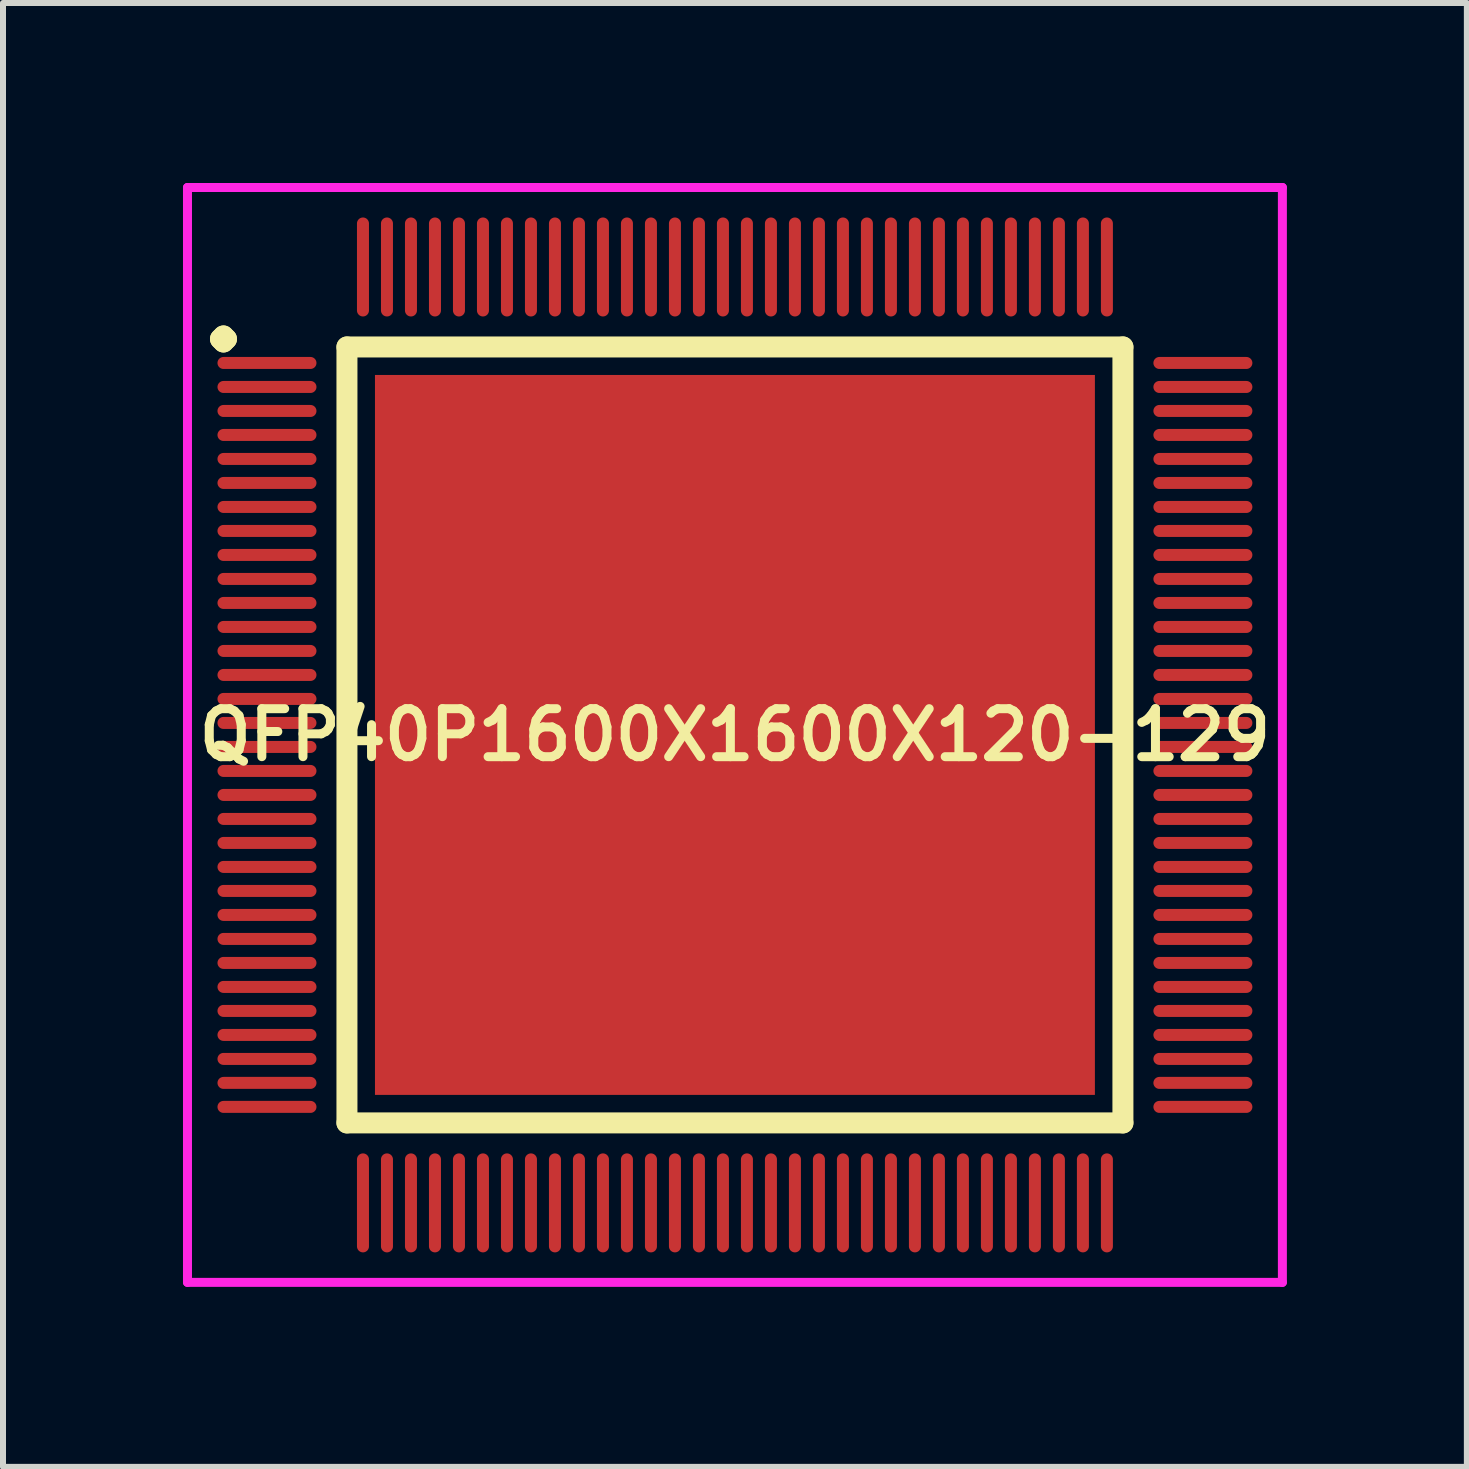
<source format=kicad_pcb>
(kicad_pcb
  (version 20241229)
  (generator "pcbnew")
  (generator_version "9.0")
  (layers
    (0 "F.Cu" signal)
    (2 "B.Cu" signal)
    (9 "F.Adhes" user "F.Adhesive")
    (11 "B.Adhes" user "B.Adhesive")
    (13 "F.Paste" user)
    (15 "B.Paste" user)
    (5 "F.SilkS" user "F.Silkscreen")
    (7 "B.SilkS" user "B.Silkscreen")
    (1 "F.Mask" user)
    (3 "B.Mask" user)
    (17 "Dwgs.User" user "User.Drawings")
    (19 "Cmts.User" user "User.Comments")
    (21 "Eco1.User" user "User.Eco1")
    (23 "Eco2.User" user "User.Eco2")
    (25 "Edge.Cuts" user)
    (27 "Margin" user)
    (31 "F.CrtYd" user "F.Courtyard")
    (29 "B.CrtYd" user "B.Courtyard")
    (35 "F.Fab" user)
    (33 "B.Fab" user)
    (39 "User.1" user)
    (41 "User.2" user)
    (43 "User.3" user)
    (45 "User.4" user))
  (footprint "QFP40P1600X1600X120-129"
    (layer "F.Cu")
    (at 9.2 9.2)
    (property "Reference" "QFP40P1600X1600X120-129" (at 0 0 0) (layer "F.SilkS") (effects (font (size 0.8 0.8) (thickness 0.15))))
    (attr smd)
    (fp_line (start -8.575 -6.6) (end -8.525 -6.65) (stroke (width 0.35) (type solid)) (layer "F.SilkS"))
    (fp_line (start -8.525 -6.65) (end -8.475 -6.6) (stroke (width 0.35) (type solid)) (layer "F.SilkS"))
    (fp_line (start -8.525 -6.55) (end -8.575 -6.6) (stroke (width 0.35) (type solid)) (layer "F.SilkS"))
    (fp_line (start -8.475 -6.6) (end -8.525 -6.55) (stroke (width 0.35) (type solid)) (layer "F.SilkS"))
    (fp_line (start -6.467 -6.467) (end -6.467 6.467) (stroke (width 0.35) (type solid)) (layer "F.SilkS"))
    (fp_line (start -6.467 6.467) (end 6.467 6.467) (stroke (width 0.35) (type solid)) (layer "F.SilkS"))
    (fp_line (start 6.467 -6.467) (end -6.467 -6.467) (stroke (width 0.35) (type solid)) (layer "F.SilkS"))
    (fp_line (start 6.467 6.467) (end 6.467 -6.467) (stroke (width 0.35) (type solid)) (layer "F.SilkS"))
    (fp_line (start -9.125 -9.125) (end 9.125 -9.125) (stroke (width 0.15) (type solid)) (layer "F.CrtYd"))
    (fp_line (start -9.125 9.125) (end -9.125 -9.125) (stroke (width 0.15) (type solid)) (layer "F.CrtYd"))
    (fp_line (start 9.125 -9.125) (end 9.125 9.125) (stroke (width 0.15) (type solid)) (layer "F.CrtYd"))
    (fp_line (start 9.125 9.125) (end -9.125 9.125) (stroke (width 0.15) (type solid)) (layer "F.CrtYd"))
    (pad "1" smd oval (at -7.8 -6.2) (size 1.65 0.2) (layers "F.Cu" "F.Mask" "F.Paste"))
    (pad "2" smd oval (at -7.8 -5.8) (size 1.65 0.2) (layers "F.Cu" "F.Mask" "F.Paste"))
    (pad "3" smd oval (at -7.8 -5.4) (size 1.65 0.2) (layers "F.Cu" "F.Mask" "F.Paste"))
    (pad "4" smd oval (at -7.8 -5) (size 1.65 0.2) (layers "F.Cu" "F.Mask" "F.Paste"))
    (pad "5" smd oval (at -7.8 -4.6) (size 1.65 0.2) (layers "F.Cu" "F.Mask" "F.Paste"))
    (pad "6" smd oval (at -7.8 -4.2) (size 1.65 0.2) (layers "F.Cu" "F.Mask" "F.Paste"))
    (pad "7" smd oval (at -7.8 -3.8) (size 1.65 0.2) (layers "F.Cu" "F.Mask" "F.Paste"))
    (pad "8" smd oval (at -7.8 -3.4) (size 1.65 0.2) (layers "F.Cu" "F.Mask" "F.Paste"))
    (pad "9" smd oval (at -7.8 -3) (size 1.65 0.2) (layers "F.Cu" "F.Mask" "F.Paste"))
    (pad "10" smd oval (at -7.8 -2.6) (size 1.65 0.2) (layers "F.Cu" "F.Mask" "F.Paste"))
    (pad "11" smd oval (at -7.8 -2.2) (size 1.65 0.2) (layers "F.Cu" "F.Mask" "F.Paste"))
    (pad "12" smd oval (at -7.8 -1.8) (size 1.65 0.2) (layers "F.Cu" "F.Mask" "F.Paste"))
    (pad "13" smd oval (at -7.8 -1.4) (size 1.65 0.2) (layers "F.Cu" "F.Mask" "F.Paste"))
    (pad "14" smd oval (at -7.8 -1) (size 1.65 0.2) (layers "F.Cu" "F.Mask" "F.Paste"))
    (pad "15" smd oval (at -7.8 -0.6) (size 1.65 0.2) (layers "F.Cu" "F.Mask" "F.Paste"))
    (pad "16" smd oval (at -7.8 -0.2) (size 1.65 0.2) (layers "F.Cu" "F.Mask" "F.Paste"))
    (pad "17" smd oval (at -7.8 0.2) (size 1.65 0.2) (layers "F.Cu" "F.Mask" "F.Paste"))
    (pad "18" smd oval (at -7.8 0.6) (size 1.65 0.2) (layers "F.Cu" "F.Mask" "F.Paste"))
    (pad "19" smd oval (at -7.8 1) (size 1.65 0.2) (layers "F.Cu" "F.Mask" "F.Paste"))
    (pad "20" smd oval (at -7.8 1.4) (size 1.65 0.2) (layers "F.Cu" "F.Mask" "F.Paste"))
    (pad "21" smd oval (at -7.8 1.8) (size 1.65 0.2) (layers "F.Cu" "F.Mask" "F.Paste"))
    (pad "22" smd oval (at -7.8 2.2) (size 1.65 0.2) (layers "F.Cu" "F.Mask" "F.Paste"))
    (pad "23" smd oval (at -7.8 2.6) (size 1.65 0.2) (layers "F.Cu" "F.Mask" "F.Paste"))
    (pad "24" smd oval (at -7.8 3) (size 1.65 0.2) (layers "F.Cu" "F.Mask" "F.Paste"))
    (pad "25" smd oval (at -7.8 3.4) (size 1.65 0.2) (layers "F.Cu" "F.Mask" "F.Paste"))
    (pad "26" smd oval (at -7.8 3.8) (size 1.65 0.2) (layers "F.Cu" "F.Mask" "F.Paste"))
    (pad "27" smd oval (at -7.8 4.2) (size 1.65 0.2) (layers "F.Cu" "F.Mask" "F.Paste"))
    (pad "28" smd oval (at -7.8 4.6) (size 1.65 0.2) (layers "F.Cu" "F.Mask" "F.Paste"))
    (pad "29" smd oval (at -7.8 5) (size 1.65 0.2) (layers "F.Cu" "F.Mask" "F.Paste"))
    (pad "30" smd oval (at -7.8 5.4) (size 1.65 0.2) (layers "F.Cu" "F.Mask" "F.Paste"))
    (pad "31" smd oval (at -7.8 5.8) (size 1.65 0.2) (layers "F.Cu" "F.Mask" "F.Paste"))
    (pad "32" smd oval (at -7.8 6.2) (size 1.65 0.2) (layers "F.Cu" "F.Mask" "F.Paste"))
    (pad "33" smd oval (at -6.2 7.8) (size 0.2 1.65) (layers "F.Cu" "F.Mask" "F.Paste"))
    (pad "34" smd oval (at -5.8 7.8) (size 0.2 1.65) (layers "F.Cu" "F.Mask" "F.Paste"))
    (pad "35" smd oval (at -5.4 7.8) (size 0.2 1.65) (layers "F.Cu" "F.Mask" "F.Paste"))
    (pad "36" smd oval (at -5 7.8) (size 0.2 1.65) (layers "F.Cu" "F.Mask" "F.Paste"))
    (pad "37" smd oval (at -4.6 7.8) (size 0.2 1.65) (layers "F.Cu" "F.Mask" "F.Paste"))
    (pad "38" smd oval (at -4.2 7.8) (size 0.2 1.65) (layers "F.Cu" "F.Mask" "F.Paste"))
    (pad "39" smd oval (at -3.8 7.8) (size 0.2 1.65) (layers "F.Cu" "F.Mask" "F.Paste"))
    (pad "40" smd oval (at -3.4 7.8) (size 0.2 1.65) (layers "F.Cu" "F.Mask" "F.Paste"))
    (pad "41" smd oval (at -3 7.8) (size 0.2 1.65) (layers "F.Cu" "F.Mask" "F.Paste"))
    (pad "42" smd oval (at -2.6 7.8) (size 0.2 1.65) (layers "F.Cu" "F.Mask" "F.Paste"))
    (pad "43" smd oval (at -2.2 7.8) (size 0.2 1.65) (layers "F.Cu" "F.Mask" "F.Paste"))
    (pad "44" smd oval (at -1.8 7.8) (size 0.2 1.65) (layers "F.Cu" "F.Mask" "F.Paste"))
    (pad "45" smd oval (at -1.4 7.8) (size 0.2 1.65) (layers "F.Cu" "F.Mask" "F.Paste"))
    (pad "46" smd oval (at -1 7.8) (size 0.2 1.65) (layers "F.Cu" "F.Mask" "F.Paste"))
    (pad "47" smd oval (at -0.6 7.8) (size 0.2 1.65) (layers "F.Cu" "F.Mask" "F.Paste"))
    (pad "48" smd oval (at -0.2 7.8) (size 0.2 1.65) (layers "F.Cu" "F.Mask" "F.Paste"))
    (pad "49" smd oval (at 0.2 7.8) (size 0.2 1.65) (layers "F.Cu" "F.Mask" "F.Paste"))
    (pad "50" smd oval (at 0.6 7.8) (size 0.2 1.65) (layers "F.Cu" "F.Mask" "F.Paste"))
    (pad "51" smd oval (at 1 7.8) (size 0.2 1.65) (layers "F.Cu" "F.Mask" "F.Paste"))
    (pad "52" smd oval (at 1.4 7.8) (size 0.2 1.65) (layers "F.Cu" "F.Mask" "F.Paste"))
    (pad "53" smd oval (at 1.8 7.8) (size 0.2 1.65) (layers "F.Cu" "F.Mask" "F.Paste"))
    (pad "54" smd oval (at 2.2 7.8) (size 0.2 1.65) (layers "F.Cu" "F.Mask" "F.Paste"))
    (pad "55" smd oval (at 2.6 7.8) (size 0.2 1.65) (layers "F.Cu" "F.Mask" "F.Paste"))
    (pad "56" smd oval (at 3 7.8) (size 0.2 1.65) (layers "F.Cu" "F.Mask" "F.Paste"))
    (pad "57" smd oval (at 3.4 7.8) (size 0.2 1.65) (layers "F.Cu" "F.Mask" "F.Paste"))
    (pad "58" smd oval (at 3.8 7.8) (size 0.2 1.65) (layers "F.Cu" "F.Mask" "F.Paste"))
    (pad "59" smd oval (at 4.2 7.8) (size 0.2 1.65) (layers "F.Cu" "F.Mask" "F.Paste"))
    (pad "60" smd oval (at 4.6 7.8) (size 0.2 1.65) (layers "F.Cu" "F.Mask" "F.Paste"))
    (pad "61" smd oval (at 5 7.8) (size 0.2 1.65) (layers "F.Cu" "F.Mask" "F.Paste"))
    (pad "62" smd oval (at 5.4 7.8) (size 0.2 1.65) (layers "F.Cu" "F.Mask" "F.Paste"))
    (pad "63" smd oval (at 5.8 7.8) (size 0.2 1.65) (layers "F.Cu" "F.Mask" "F.Paste"))
    (pad "64" smd oval (at 6.2 7.8) (size 0.2 1.65) (layers "F.Cu" "F.Mask" "F.Paste"))
    (pad "65" smd oval (at 7.8 6.2) (size 1.65 0.2) (layers "F.Cu" "F.Mask" "F.Paste"))
    (pad "66" smd oval (at 7.8 5.8) (size 1.65 0.2) (layers "F.Cu" "F.Mask" "F.Paste"))
    (pad "67" smd oval (at 7.8 5.4) (size 1.65 0.2) (layers "F.Cu" "F.Mask" "F.Paste"))
    (pad "68" smd oval (at 7.8 5) (size 1.65 0.2) (layers "F.Cu" "F.Mask" "F.Paste"))
    (pad "69" smd oval (at 7.8 4.6) (size 1.65 0.2) (layers "F.Cu" "F.Mask" "F.Paste"))
    (pad "70" smd oval (at 7.8 4.2) (size 1.65 0.2) (layers "F.Cu" "F.Mask" "F.Paste"))
    (pad "71" smd oval (at 7.8 3.8) (size 1.65 0.2) (layers "F.Cu" "F.Mask" "F.Paste"))
    (pad "72" smd oval (at 7.8 3.4) (size 1.65 0.2) (layers "F.Cu" "F.Mask" "F.Paste"))
    (pad "73" smd oval (at 7.8 3) (size 1.65 0.2) (layers "F.Cu" "F.Mask" "F.Paste"))
    (pad "74" smd oval (at 7.8 2.6) (size 1.65 0.2) (layers "F.Cu" "F.Mask" "F.Paste"))
    (pad "75" smd oval (at 7.8 2.2) (size 1.65 0.2) (layers "F.Cu" "F.Mask" "F.Paste"))
    (pad "76" smd oval (at 7.8 1.8) (size 1.65 0.2) (layers "F.Cu" "F.Mask" "F.Paste"))
    (pad "77" smd oval (at 7.8 1.4) (size 1.65 0.2) (layers "F.Cu" "F.Mask" "F.Paste"))
    (pad "78" smd oval (at 7.8 1) (size 1.65 0.2) (layers "F.Cu" "F.Mask" "F.Paste"))
    (pad "79" smd oval (at 7.8 0.6) (size 1.65 0.2) (layers "F.Cu" "F.Mask" "F.Paste"))
    (pad "80" smd oval (at 7.8 0.2) (size 1.65 0.2) (layers "F.Cu" "F.Mask" "F.Paste"))
    (pad "81" smd oval (at 7.8 -0.2) (size 1.65 0.2) (layers "F.Cu" "F.Mask" "F.Paste"))
    (pad "82" smd oval (at 7.8 -0.6) (size 1.65 0.2) (layers "F.Cu" "F.Mask" "F.Paste"))
    (pad "83" smd oval (at 7.8 -1) (size 1.65 0.2) (layers "F.Cu" "F.Mask" "F.Paste"))
    (pad "84" smd oval (at 7.8 -1.4) (size 1.65 0.2) (layers "F.Cu" "F.Mask" "F.Paste"))
    (pad "85" smd oval (at 7.8 -1.8) (size 1.65 0.2) (layers "F.Cu" "F.Mask" "F.Paste"))
    (pad "86" smd oval (at 7.8 -2.2) (size 1.65 0.2) (layers "F.Cu" "F.Mask" "F.Paste"))
    (pad "87" smd oval (at 7.8 -2.6) (size 1.65 0.2) (layers "F.Cu" "F.Mask" "F.Paste"))
    (pad "88" smd oval (at 7.8 -3) (size 1.65 0.2) (layers "F.Cu" "F.Mask" "F.Paste"))
    (pad "89" smd oval (at 7.8 -3.4) (size 1.65 0.2) (layers "F.Cu" "F.Mask" "F.Paste"))
    (pad "90" smd oval (at 7.8 -3.8) (size 1.65 0.2) (layers "F.Cu" "F.Mask" "F.Paste"))
    (pad "91" smd oval (at 7.8 -4.2) (size 1.65 0.2) (layers "F.Cu" "F.Mask" "F.Paste"))
    (pad "92" smd oval (at 7.8 -4.6) (size 1.65 0.2) (layers "F.Cu" "F.Mask" "F.Paste"))
    (pad "93" smd oval (at 7.8 -5) (size 1.65 0.2) (layers "F.Cu" "F.Mask" "F.Paste"))
    (pad "94" smd oval (at 7.8 -5.4) (size 1.65 0.2) (layers "F.Cu" "F.Mask" "F.Paste"))
    (pad "95" smd oval (at 7.8 -5.8) (size 1.65 0.2) (layers "F.Cu" "F.Mask" "F.Paste"))
    (pad "96" smd oval (at 7.8 -6.2) (size 1.65 0.2) (layers "F.Cu" "F.Mask" "F.Paste"))
    (pad "97" smd oval (at 6.2 -7.8) (size 0.2 1.65) (layers "F.Cu" "F.Mask" "F.Paste"))
    (pad "98" smd oval (at 5.8 -7.8) (size 0.2 1.65) (layers "F.Cu" "F.Mask" "F.Paste"))
    (pad "99" smd oval (at 5.4 -7.8) (size 0.2 1.65) (layers "F.Cu" "F.Mask" "F.Paste"))
    (pad "100" smd oval (at 5 -7.8) (size 0.2 1.65) (layers "F.Cu" "F.Mask" "F.Paste"))
    (pad "101" smd oval (at 4.6 -7.8) (size 0.2 1.65) (layers "F.Cu" "F.Mask" "F.Paste"))
    (pad "102" smd oval (at 4.2 -7.8) (size 0.2 1.65) (layers "F.Cu" "F.Mask" "F.Paste"))
    (pad "103" smd oval (at 3.8 -7.8) (size 0.2 1.65) (layers "F.Cu" "F.Mask" "F.Paste"))
    (pad "104" smd oval (at 3.4 -7.8) (size 0.2 1.65) (layers "F.Cu" "F.Mask" "F.Paste"))
    (pad "105" smd oval (at 3 -7.8) (size 0.2 1.65) (layers "F.Cu" "F.Mask" "F.Paste"))
    (pad "106" smd oval (at 2.6 -7.8) (size 0.2 1.65) (layers "F.Cu" "F.Mask" "F.Paste"))
    (pad "107" smd oval (at 2.2 -7.8) (size 0.2 1.65) (layers "F.Cu" "F.Mask" "F.Paste"))
    (pad "108" smd oval (at 1.8 -7.8) (size 0.2 1.65) (layers "F.Cu" "F.Mask" "F.Paste"))
    (pad "109" smd oval (at 1.4 -7.8) (size 0.2 1.65) (layers "F.Cu" "F.Mask" "F.Paste"))
    (pad "110" smd oval (at 1 -7.8) (size 0.2 1.65) (layers "F.Cu" "F.Mask" "F.Paste"))
    (pad "111" smd oval (at 0.6 -7.8) (size 0.2 1.65) (layers "F.Cu" "F.Mask" "F.Paste"))
    (pad "112" smd oval (at 0.2 -7.8) (size 0.2 1.65) (layers "F.Cu" "F.Mask" "F.Paste"))
    (pad "113" smd oval (at -0.2 -7.8) (size 0.2 1.65) (layers "F.Cu" "F.Mask" "F.Paste"))
    (pad "114" smd oval (at -0.6 -7.8) (size 0.2 1.65) (layers "F.Cu" "F.Mask" "F.Paste"))
    (pad "115" smd oval (at -1 -7.8) (size 0.2 1.65) (layers "F.Cu" "F.Mask" "F.Paste"))
    (pad "116" smd oval (at -1.4 -7.8) (size 0.2 1.65) (layers "F.Cu" "F.Mask" "F.Paste"))
    (pad "117" smd oval (at -1.8 -7.8) (size 0.2 1.65) (layers "F.Cu" "F.Mask" "F.Paste"))
    (pad "118" smd oval (at -2.2 -7.8) (size 0.2 1.65) (layers "F.Cu" "F.Mask" "F.Paste"))
    (pad "119" smd oval (at -2.6 -7.8) (size 0.2 1.65) (layers "F.Cu" "F.Mask" "F.Paste"))
    (pad "120" smd oval (at -3 -7.8) (size 0.2 1.65) (layers "F.Cu" "F.Mask" "F.Paste"))
    (pad "121" smd oval (at -3.4 -7.8) (size 0.2 1.65) (layers "F.Cu" "F.Mask" "F.Paste"))
    (pad "122" smd oval (at -3.8 -7.8) (size 0.2 1.65) (layers "F.Cu" "F.Mask" "F.Paste"))
    (pad "123" smd oval (at -4.2 -7.8) (size 0.2 1.65) (layers "F.Cu" "F.Mask" "F.Paste"))
    (pad "124" smd oval (at -4.6 -7.8) (size 0.2 1.65) (layers "F.Cu" "F.Mask" "F.Paste"))
    (pad "125" smd oval (at -5 -7.8) (size 0.2 1.65) (layers "F.Cu" "F.Mask" "F.Paste"))
    (pad "126" smd oval (at -5.4 -7.8) (size 0.2 1.65) (layers "F.Cu" "F.Mask" "F.Paste"))
    (pad "127" smd oval (at -5.8 -7.8) (size 0.2 1.65) (layers "F.Cu" "F.Mask" "F.Paste"))
    (pad "128" smd oval (at -6.2 -7.8) (size 0.2 1.65) (layers "F.Cu" "F.Mask" "F.Paste"))
    (pad "129" smd rect (at 0 0) (size 12 12) (layers "F.Cu" "F.Mask" "F.Paste")))
  (gr_rect
    (start -3 -3)
    (end 21.4 21.4)
    (stroke (width 0.1) (type default))
    (fill no)
    (layer "Edge.Cuts")))
</source>
